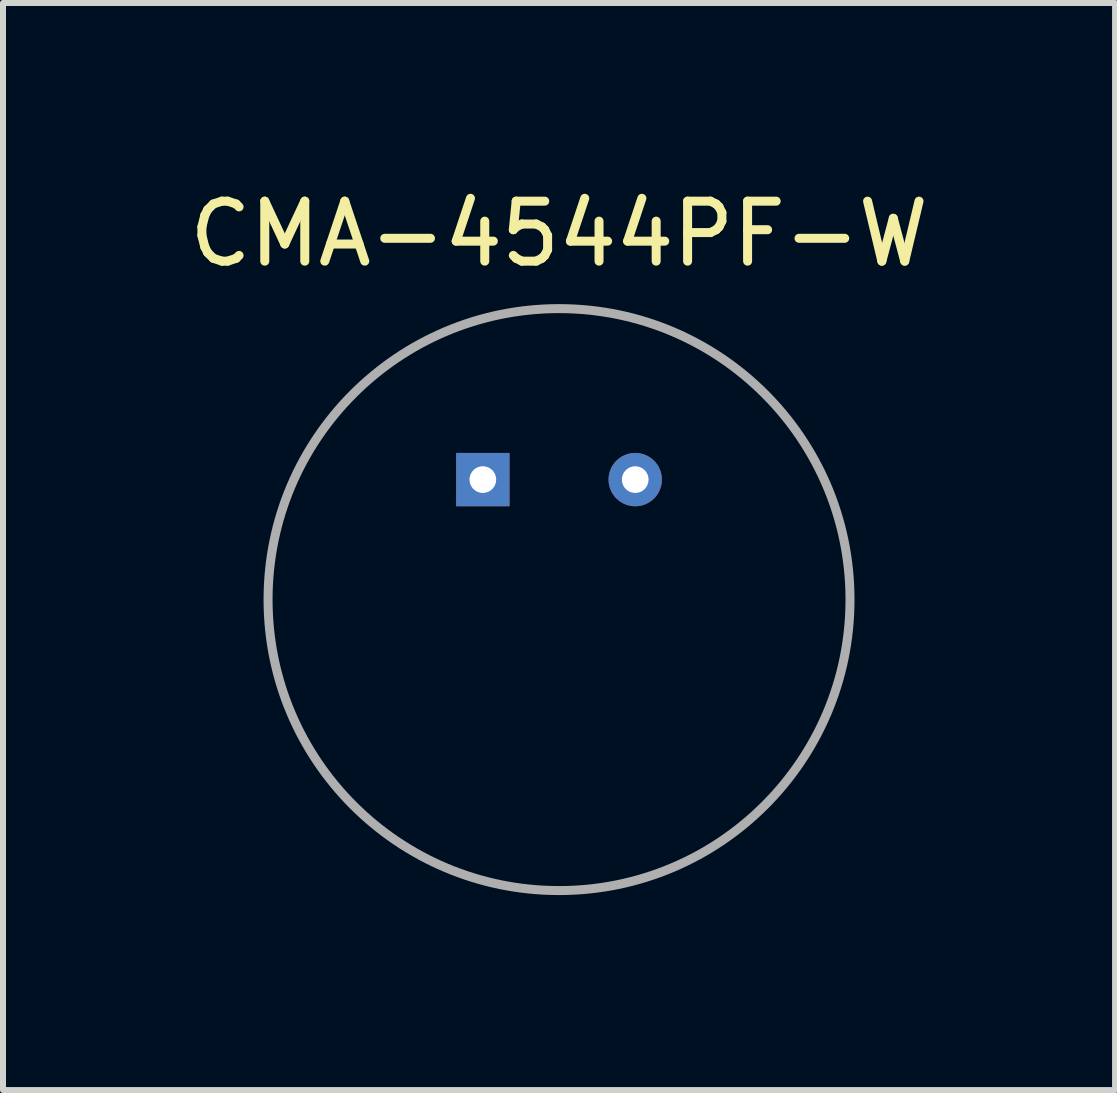
<source format=kicad_pcb>
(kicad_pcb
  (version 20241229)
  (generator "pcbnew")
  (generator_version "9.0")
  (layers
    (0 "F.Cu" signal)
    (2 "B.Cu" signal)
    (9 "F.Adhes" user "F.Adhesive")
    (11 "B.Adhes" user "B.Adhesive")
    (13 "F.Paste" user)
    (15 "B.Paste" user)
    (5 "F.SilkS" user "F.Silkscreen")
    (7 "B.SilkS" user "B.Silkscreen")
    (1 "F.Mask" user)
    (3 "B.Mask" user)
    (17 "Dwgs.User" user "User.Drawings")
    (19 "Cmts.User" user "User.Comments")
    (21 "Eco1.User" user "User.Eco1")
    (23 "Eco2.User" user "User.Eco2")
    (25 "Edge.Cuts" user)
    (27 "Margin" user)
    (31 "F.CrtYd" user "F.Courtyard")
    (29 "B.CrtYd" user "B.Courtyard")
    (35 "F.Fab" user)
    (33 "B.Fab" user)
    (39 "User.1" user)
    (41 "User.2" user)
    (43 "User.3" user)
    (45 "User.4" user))
  (footprint "CMA-4544PF-W"
    (layer "F.Cu")
    (at 6.268 6.944)
    (property "Reference" "CMA-4544PF-W" (at 0 -6.096 0) (layer "F.SilkS") (effects (font (size 1 1) (thickness 0.15))))
    (attr through_hole)
    (fp_circle (center 0 0) (end 5.1 0) (stroke (width 0.15) (type solid)) (fill no) (layer "B.Paste"))
    (fp_circle (center 0 0) (end 4.85 0) (stroke (width 0.15) (type solid)) (fill no) (layer "F.Fab"))
    (pad "1" thru_hole rect (at -1.27 -2) (size 0.889 0.889) (drill 0.445) (layers "*.Cu" "*.Mask"))
    (pad "2" thru_hole circle (at 1.27 -2) (size 0.889 0.889) (drill 0.445) (layers "*.Cu" "*.Mask")))
  (gr_rect
    (start -3 -3)
    (end 15.536 15.119)
    (stroke (width 0.1) (type default))
    (fill no)
    (layer "Edge.Cuts")))
</source>
